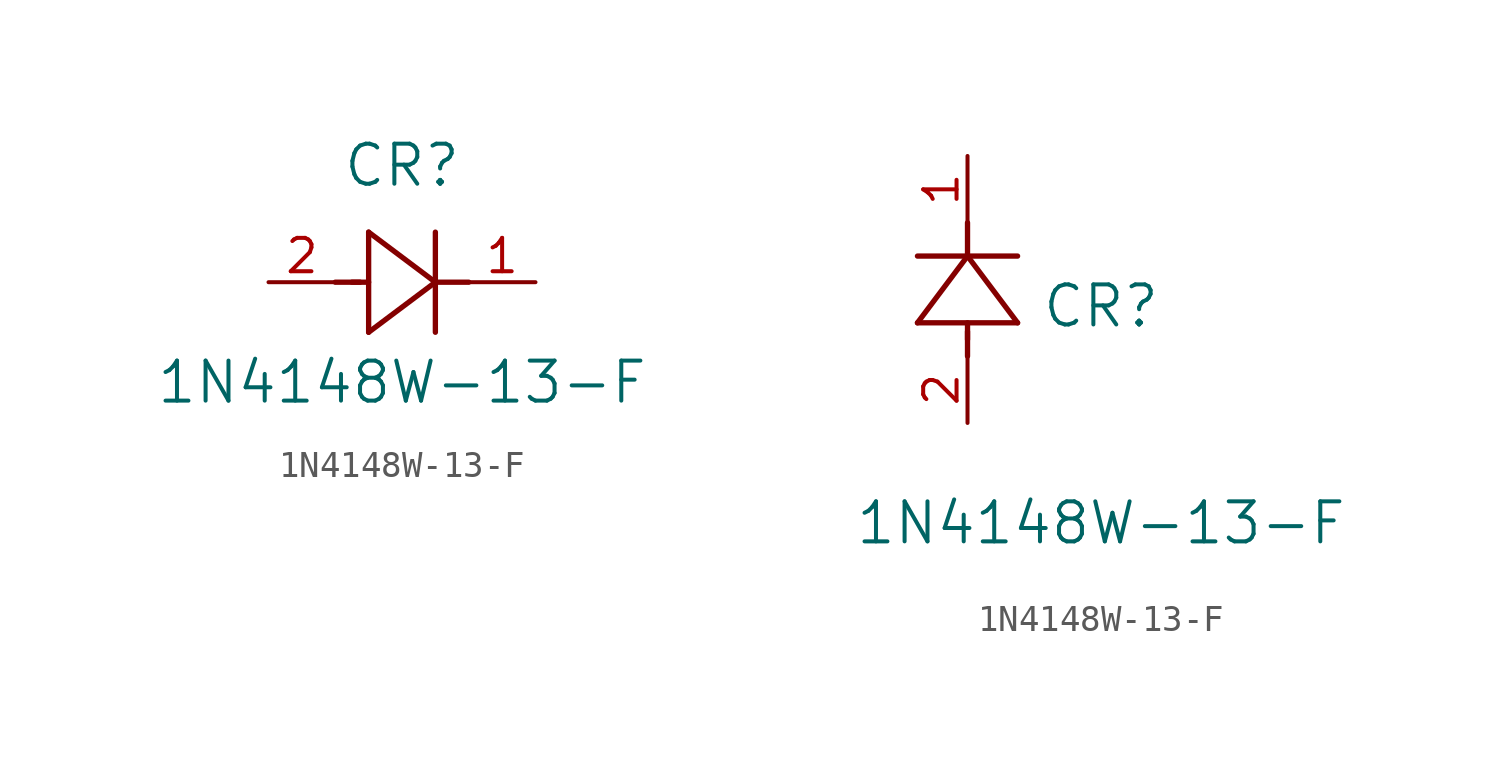
<source format=kicad_sym>
(kicad_symbol_lib
  (version 20211014)
  (generator kicad_symbol_editor)
  (symbol "1N4148W-13-F"
    (pin_names
      (offset 0.254))
    (property "Reference" "CR"
      (at 5.08 4.445 0)
      (effects (font (size 1.524 1.524))))
    (property "Value" "1N4148W-13-F"
      (at 5.08 -3.81 0)
      (effects (font (size 1.524 1.524))))
    (symbol "1N4148W-13-F_1_1"
      (polyline (pts (xy 2.54 0) (xy 3.48 0)) (stroke (width 0.203) (type default) (color 0 0 0 0)) (fill (type none)))
      (polyline (pts (xy 3.81 1.905) (xy 3.81 -1.905)) (stroke (width 0.203) (type default) (color 0 0 0 0)) (fill (type none)))
      (polyline (pts (xy 3.175 0) (xy 3.81 0)) (stroke (width 0.203) (type default) (color 0 0 0 0)) (fill (type none)))
      (polyline (pts (xy 6.35 -1.905) (xy 6.35 1.905)) (stroke (width 0.203) (type default) (color 0 0 0 0)) (fill (type none)))
      (polyline (pts (xy 6.35 0) (xy 7.62 0)) (stroke (width 0.203) (type default) (color 0 0 0 0)) (fill (type none)))
      (polyline (pts (xy 6.35 0) (xy 3.81 1.905)) (stroke (width 0.203) (type default) (color 0 0 0 0)) (fill (type none)))
      (polyline (pts (xy 3.81 -1.905) (xy 6.35 0)) (stroke (width 0.203) (type default) (color 0 0 0 0)) (fill (type none)))
      (pin unspecified line (at 0 0 0) (length 2.54) (name "" (effects (font (size 1.27 1.27)))) (number "2" (effects (font (size 1.27 1.27)))))
      (pin unspecified line (at 10.16 0 180) (length 2.54) (name "" (effects (font (size 1.27 1.27)))) (number "1" (effects (font (size 1.27 1.27))))))
    (symbol "1N4148W-13-F_1_2"
      (polyline (pts (xy 0 2.54) (xy 0 3.48)) (stroke (width 0.203) (type default) (color 0 0 0 0)) (fill (type none)))
      (polyline (pts (xy -1.905 3.81) (xy 1.905 3.81)) (stroke (width 0.203) (type default) (color 0 0 0 0)) (fill (type none)))
      (polyline (pts (xy 0 3.175) (xy 0 3.81)) (stroke (width 0.203) (type default) (color 0 0 0 0)) (fill (type none)))
      (polyline (pts (xy 1.905 6.35) (xy -1.905 6.35)) (stroke (width 0.203) (type default) (color 0 0 0 0)) (fill (type none)))
      (polyline (pts (xy 0 6.35) (xy 0 7.62)) (stroke (width 0.203) (type default) (color 0 0 0 0)) (fill (type none)))
      (polyline (pts (xy 0 6.35) (xy -1.905 3.81)) (stroke (width 0.203) (type default) (color 0 0 0 0)) (fill (type none)))
      (polyline (pts (xy 1.905 3.81) (xy 0 6.35)) (stroke (width 0.203) (type default) (color 0 0 0 0)) (fill (type none)))
      (pin unspecified line (at 0 0 90) (length 2.54) (name "" (effects (font (size 1.27 1.27)))) (number "2" (effects (font (size 1.27 1.27)))))
      (pin unspecified line (at 0 10.16 270) (length 2.54) (name "" (effects (font (size 1.27 1.27)))) (number "1" (effects (font (size 1.27 1.27))))))))
</source>
